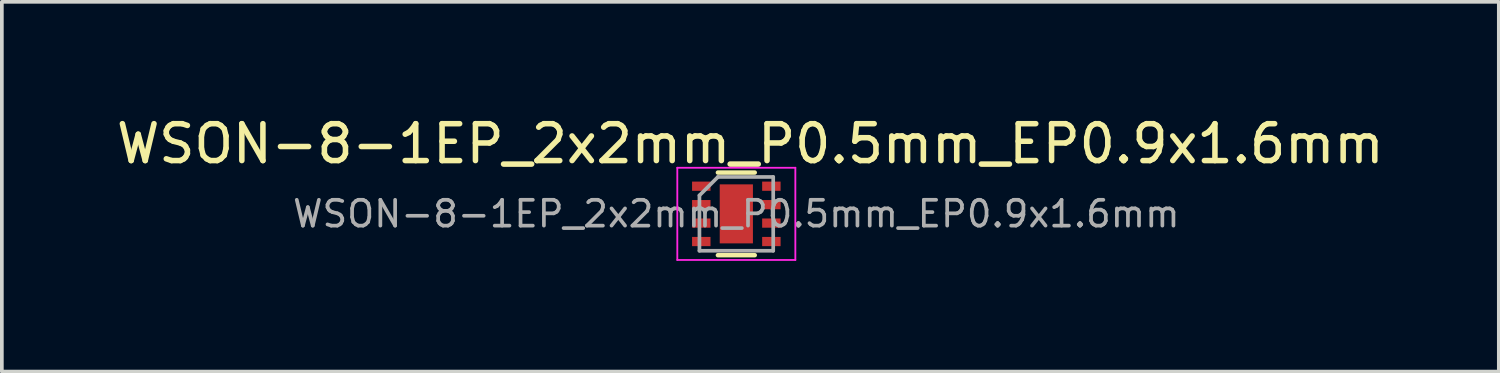
<source format=kicad_pcb>
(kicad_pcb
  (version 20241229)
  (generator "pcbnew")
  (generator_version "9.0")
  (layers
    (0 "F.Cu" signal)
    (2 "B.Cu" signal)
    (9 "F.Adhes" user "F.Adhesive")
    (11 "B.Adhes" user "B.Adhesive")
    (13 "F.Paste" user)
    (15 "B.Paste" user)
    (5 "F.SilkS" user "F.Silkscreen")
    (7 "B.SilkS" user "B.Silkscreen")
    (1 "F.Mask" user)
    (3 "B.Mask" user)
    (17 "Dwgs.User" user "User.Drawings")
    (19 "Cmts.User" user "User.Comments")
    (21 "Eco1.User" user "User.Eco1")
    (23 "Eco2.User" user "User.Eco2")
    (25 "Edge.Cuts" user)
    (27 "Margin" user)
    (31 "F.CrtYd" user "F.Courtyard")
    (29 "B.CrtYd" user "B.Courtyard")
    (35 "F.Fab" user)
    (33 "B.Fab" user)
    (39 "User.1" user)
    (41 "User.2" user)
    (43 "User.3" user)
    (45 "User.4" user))
  (footprint "WSON-8-1EP_2x2mm_P0.5mm_EP0.9x1.6mm"
    (layer "F.Cu")
    (at 16.912 2.748)
    (property "Reference" "WSON-8-1EP_2x2mm_P0.5mm_EP0.9x1.6mm" (at 0.38 -1.9 0) (layer "F.SilkS") (effects (font (size 1 1) (thickness 0.15))))
    (attr smd)
    (fp_line (start -0.5 -1.12) (end 0.5 -1.12) (stroke (width 0.12) (type solid)) (layer "F.SilkS"))
    (fp_line (start 0.5 1.12) (end -0.5 1.12) (stroke (width 0.12) (type solid)) (layer "F.SilkS"))
    (fp_line (start -1.6 -1.25) (end -1.6 1.25) (stroke (width 0.05) (type solid)) (layer "F.CrtYd"))
    (fp_line (start -1.6 -1.25) (end 1.6 -1.25) (stroke (width 0.05) (type solid)) (layer "F.CrtYd"))
    (fp_line (start -1.6 1.25) (end 1.6 1.25) (stroke (width 0.05) (type solid)) (layer "F.CrtYd"))
    (fp_line (start 1.6 -1.25) (end 1.6 1.25) (stroke (width 0.05) (type solid)) (layer "F.CrtYd"))
    (fp_line (start -1 1) (end -1 -0.5) (stroke (width 0.1) (type solid)) (layer "F.Fab"))
    (fp_line (start -0.5 -1) (end -1 -0.5) (stroke (width 0.1) (type solid)) (layer "F.Fab"))
    (fp_line (start -0.5 -1) (end 1 -1) (stroke (width 0.1) (type solid)) (layer "F.Fab"))
    (fp_line (start 1 -1) (end 1 1) (stroke (width 0.1) (type solid)) (layer "F.Fab"))
    (fp_line (start 1 1) (end -1 1) (stroke (width 0.1) (type solid)) (layer "F.Fab"))
    (fp_text user "${REFERENCE}" (at 0 0 0) (layer "F.Fab") (effects (font (size 0.7 0.7) (thickness 0.1))))
    (pad "" smd rect (at 0 -0.4) (size 0.75 0.65) (layers "F.Paste"))
    (pad "" smd rect (at 0 0.4) (size 0.75 0.65) (layers "F.Paste"))
    (pad "1" smd rect (at -0.95 -0.75) (size 0.5 0.25) (layers "F.Cu" "F.Mask" "F.Paste"))
    (pad "2" smd rect (at -0.95 -0.25) (size 0.5 0.25) (layers "F.Cu" "F.Mask" "F.Paste"))
    (pad "3" smd rect (at -0.95 0.25) (size 0.5 0.25) (layers "F.Cu" "F.Mask" "F.Paste"))
    (pad "4" smd rect (at -0.95 0.75) (size 0.5 0.25) (layers "F.Cu" "F.Mask" "F.Paste"))
    (pad "5" smd rect (at 0.95 0.75) (size 0.5 0.25) (layers "F.Cu" "F.Mask" "F.Paste"))
    (pad "6" smd rect (at 0.95 0.25) (size 0.5 0.25) (layers "F.Cu" "F.Mask" "F.Paste"))
    (pad "7" smd rect (at 0.95 -0.25) (size 0.5 0.25) (layers "F.Cu" "F.Mask" "F.Paste"))
    (pad "8" smd rect (at 0.95 -0.75) (size 0.5 0.25) (layers "F.Cu" "F.Mask" "F.Paste"))
    (pad "9" smd rect (at 0 0) (size 0.9 1.6) (layers "F.Cu" "F.Mask")))
  (gr_rect
    (start -3 -3)
    (end 37.583 7.023)
    (stroke (width 0.1) (type default))
    (fill no)
    (layer "Edge.Cuts")))
</source>
